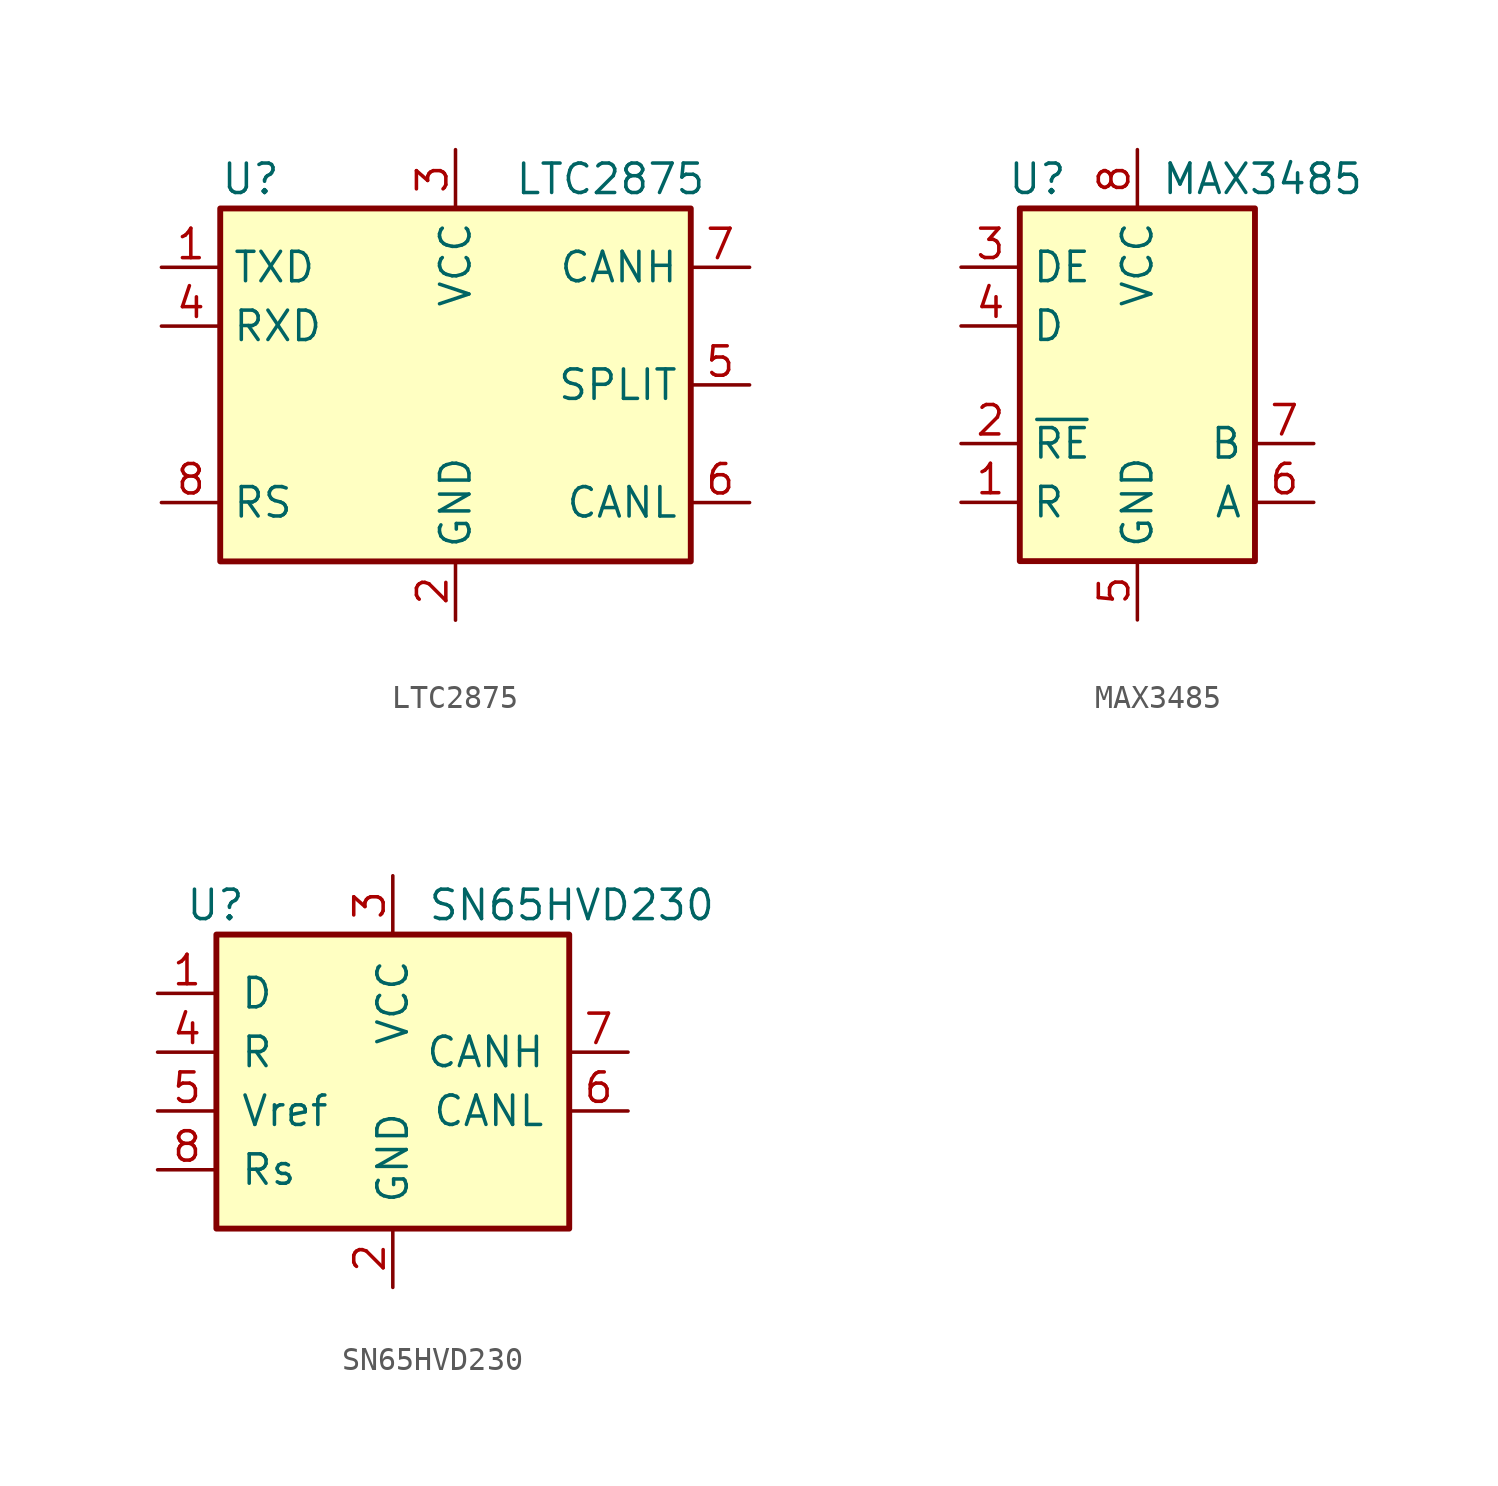
<source format=kicad_sym>
(kicad_symbol_lib
  (version 20231120)
  (generator "kicad_symbol_editor")
  (generator_version "8.0")
  (symbol "LTC2875"
    (property "Reference" "U"
      (at -10.16 8.89 0)
      (effects (font (size 1.27 1.27)) (justify left)))
    (property "Value" "LTC2875"
      (at 2.54 8.89 0)
      (effects (font (size 1.27 1.27)) (justify left)))
    (symbol "LTC2875_0_1"
      (rectangle (start -10.16 7.62) (end 10.16 -7.62) (stroke (width 0.254) (type default)) (fill (type background))))
    (symbol "LTC2875_1_1"
      (pin input line (at -12.7 5.08 0) (length 2.54) (name "TXD" (effects (font (size 1.27 1.27)))) (number "1" (effects (font (size 1.27 1.27)))))
      (pin power_in line (at 0 -10.16 90) (length 2.54) (name "GND" (effects (font (size 1.27 1.27)))) (number "2" (effects (font (size 1.27 1.27)))))
      (pin power_in line (at 0 10.16 270) (length 2.54) (name "VCC" (effects (font (size 1.27 1.27)))) (number "3" (effects (font (size 1.27 1.27)))))
      (pin tri_state line (at -12.7 2.54 0) (length 2.54) (name "RXD" (effects (font (size 1.27 1.27)))) (number "4" (effects (font (size 1.27 1.27)))))
      (pin open_collector line (at 12.7 0 180) (length 2.54) (name "SPLIT" (effects (font (size 1.27 1.27)))) (number "5" (effects (font (size 1.27 1.27)))))
      (pin bidirectional line (at 12.7 -5.08 180) (length 2.54) (name "CANL" (effects (font (size 1.27 1.27)))) (number "6" (effects (font (size 1.27 1.27)))))
      (pin bidirectional line (at 12.7 5.08 180) (length 2.54) (name "CANH" (effects (font (size 1.27 1.27)))) (number "7" (effects (font (size 1.27 1.27)))))
      (pin input line (at -12.7 -5.08 0) (length 2.54) (name "RS" (effects (font (size 1.27 1.27)))) (number "8" (effects (font (size 1.27 1.27)))))))
  (symbol "MAX3485"
    (property "Reference" "U"
      (at -4.318 8.89 0)
      (effects (font (size 1.27 1.27))))
    (property "Value" "MAX3485"
      (at 1.016 8.89 0)
      (effects (font (size 1.27 1.27)) (justify left)))
    (symbol "MAX3485_0_1"
      (rectangle (start -5.08 7.62) (end 5.08 -7.62) (stroke (width 0.254) (type default)) (fill (type background))))
    (symbol "MAX3485_1_1"
      (pin output line (at -7.62 -5.08 0) (length 2.54) (name "R" (effects (font (size 1.27 1.27)))) (number "1" (effects (font (size 1.27 1.27)))))
      (pin input line (at -7.62 -2.54 0) (length 2.54) (name "~{RE}" (effects (font (size 1.27 1.27)))) (number "2" (effects (font (size 1.27 1.27)))))
      (pin input line (at -7.62 5.08 0) (length 2.54) (name "DE" (effects (font (size 1.27 1.27)))) (number "3" (effects (font (size 1.27 1.27)))))
      (pin input line (at -7.62 2.54 0) (length 2.54) (name "D" (effects (font (size 1.27 1.27)))) (number "4" (effects (font (size 1.27 1.27)))))
      (pin power_in line (at 0 -10.16 90) (length 2.54) (name "GND" (effects (font (size 1.27 1.27)))) (number "5" (effects (font (size 1.27 1.27)))))
      (pin bidirectional line (at 7.62 -5.08 180) (length 2.54) (name "A" (effects (font (size 1.27 1.27)))) (number "6" (effects (font (size 1.27 1.27)))))
      (pin bidirectional line (at 7.62 -2.54 180) (length 2.54) (name "B" (effects (font (size 1.27 1.27)))) (number "7" (effects (font (size 1.27 1.27)))))
      (pin power_in line (at 0 10.16 270) (length 2.54) (name "VCC" (effects (font (size 1.27 1.27)))) (number "8" (effects (font (size 1.27 1.27)))))))
  (symbol "SN65HVD230"
    (pin_names
      (offset 1.016))
    (property "Reference" "U"
      (at -6.35 6.35 0)
      (effects (font (size 1.27 1.27)) (justify right)))
    (property "Value" "SN65HVD230"
      (at 13.97 6.35 0)
      (effects (font (size 1.27 1.27)) (justify right)))
    (symbol "SN65HVD230_0_1"
      (rectangle (start -7.62 5.08) (end 7.62 -7.62) (stroke (width 0.254) (type default)) (fill (type background))))
    (symbol "SN65HVD230_1_1"
      (pin input line (at -10.16 2.54 0) (length 2.54) (name "D" (effects (font (size 1.27 1.27)))) (number "1" (effects (font (size 1.27 1.27)))))
      (pin power_in line (at 0 -10.16 90) (length 2.54) (name "GND" (effects (font (size 1.27 1.27)))) (number "2" (effects (font (size 1.27 1.27)))))
      (pin power_in line (at 0 7.62 270) (length 2.54) (name "VCC" (effects (font (size 1.27 1.27)))) (number "3" (effects (font (size 1.27 1.27)))))
      (pin output line (at -10.16 0 0) (length 2.54) (name "R" (effects (font (size 1.27 1.27)))) (number "4" (effects (font (size 1.27 1.27)))))
      (pin output line (at -10.16 -2.54 0) (length 2.54) (name "Vref" (effects (font (size 1.27 1.27)))) (number "5" (effects (font (size 1.27 1.27)))))
      (pin bidirectional line (at 10.16 -2.54 180) (length 2.54) (name "CANL" (effects (font (size 1.27 1.27)))) (number "6" (effects (font (size 1.27 1.27)))))
      (pin bidirectional line (at 10.16 0 180) (length 2.54) (name "CANH" (effects (font (size 1.27 1.27)))) (number "7" (effects (font (size 1.27 1.27)))))
      (pin input line (at -10.16 -5.08 0) (length 2.54) (name "Rs" (effects (font (size 1.27 1.27)))) (number "8" (effects (font (size 1.27 1.27))))))))
</source>
